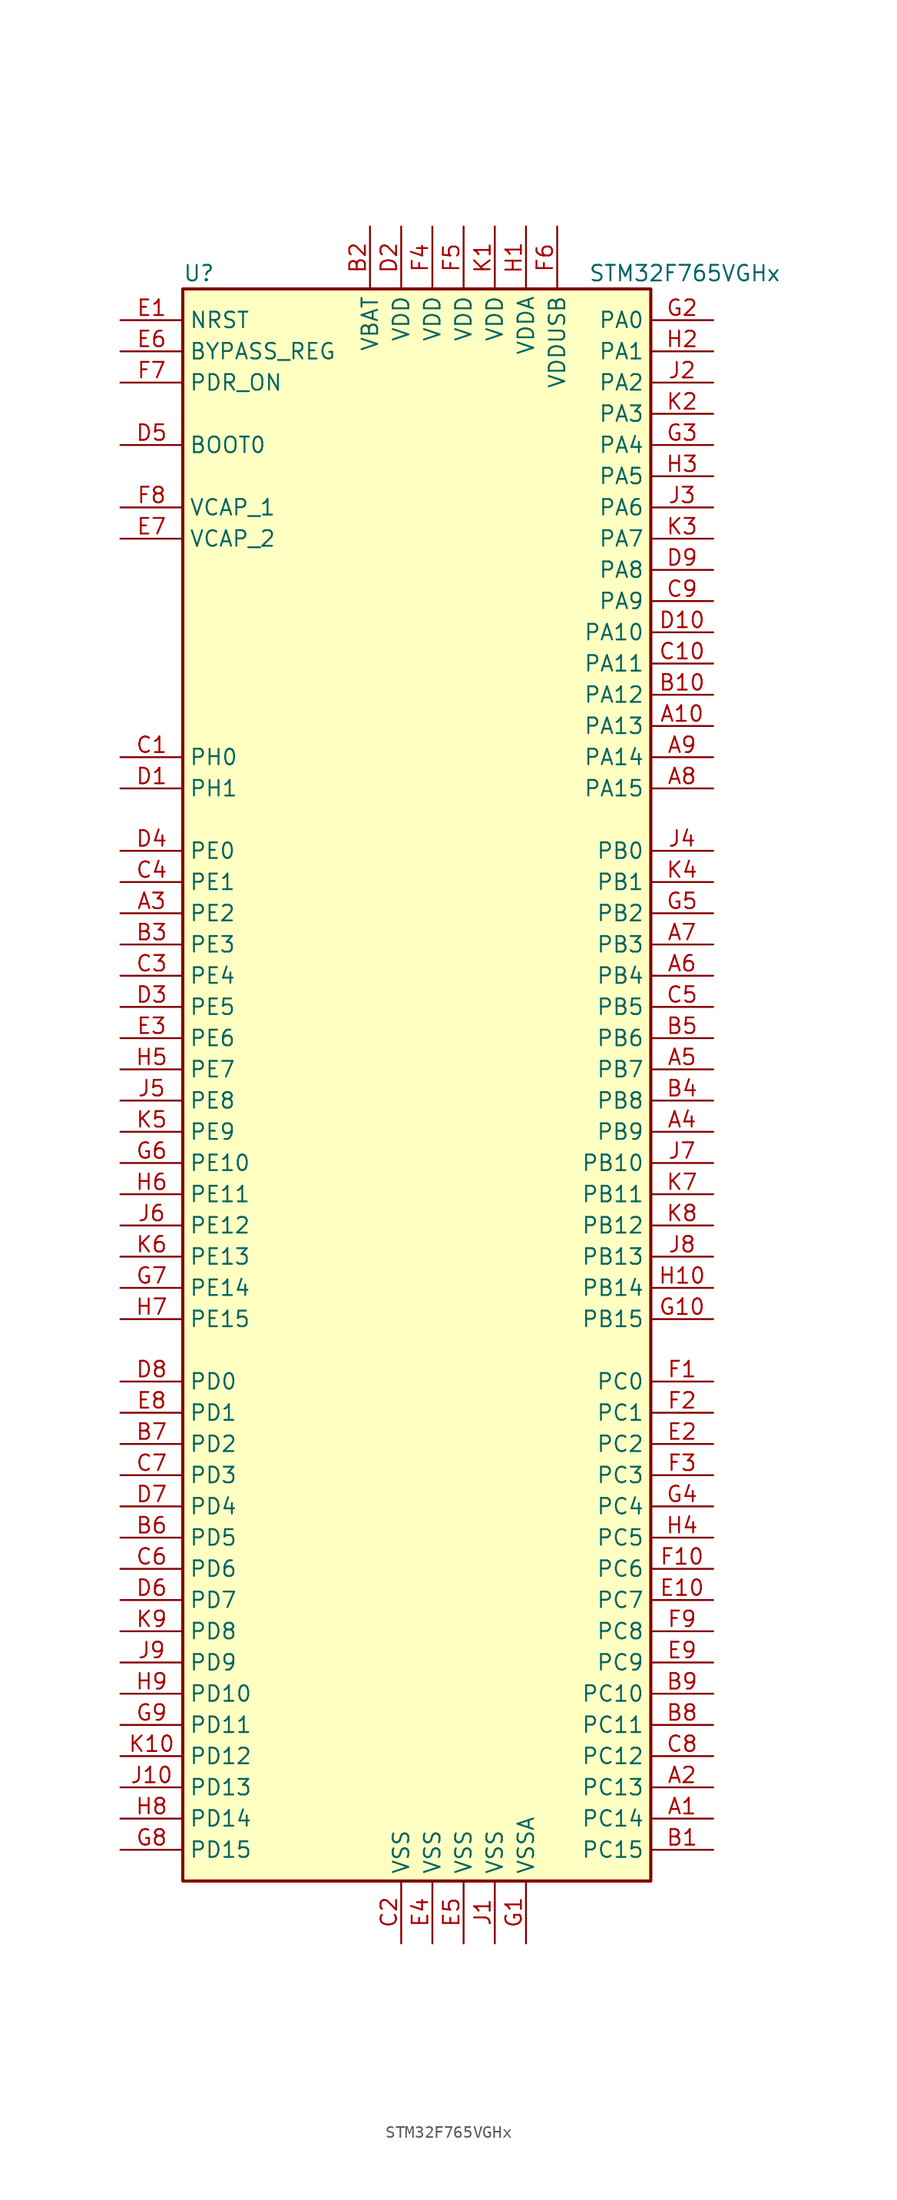
<source format=kicad_sym>
(kicad_symbol_lib
  (version 20220914)
  (generator kicad_symbol_editor)
  (symbol "STM32F765VGHx"
    (property "Reference" "U"
      (at -20.32 64.77 0)
      (effects (font (size 1.27 1.27)) (justify left)))
    (property "Value" "STM32F765VGHx"
      (at 12.7 64.77 0)
      (effects (font (size 1.27 1.27)) (justify left)))
    (symbol "STM32F765VGHx_0_1"
      (rectangle (start -20.32 -66.04) (end 17.78 63.5) (stroke (width 0.254) (type default)) (fill (type background))))
    (symbol "STM32F765VGHx_1_1"
      (pin bidirectional line (at 22.86 -60.96 180) (length 5.08) (name "PC14" (effects (font (size 1.27 1.27)))) (number "A1" (effects (font (size 1.27 1.27)))))
      (pin bidirectional line (at 22.86 27.94 180) (length 5.08) (name "PA13" (effects (font (size 1.27 1.27)))) (number "A10" (effects (font (size 1.27 1.27)))))
      (pin bidirectional line (at 22.86 -58.42 180) (length 5.08) (name "PC13" (effects (font (size 1.27 1.27)))) (number "A2" (effects (font (size 1.27 1.27)))))
      (pin bidirectional line (at -25.4 12.7 0) (length 5.08) (name "PE2" (effects (font (size 1.27 1.27)))) (number "A3" (effects (font (size 1.27 1.27)))))
      (pin bidirectional line (at 22.86 -5.08 180) (length 5.08) (name "PB9" (effects (font (size 1.27 1.27)))) (number "A4" (effects (font (size 1.27 1.27)))))
      (pin bidirectional line (at 22.86 0 180) (length 5.08) (name "PB7" (effects (font (size 1.27 1.27)))) (number "A5" (effects (font (size 1.27 1.27)))))
      (pin bidirectional line (at 22.86 7.62 180) (length 5.08) (name "PB4" (effects (font (size 1.27 1.27)))) (number "A6" (effects (font (size 1.27 1.27)))))
      (pin bidirectional line (at 22.86 10.16 180) (length 5.08) (name "PB3" (effects (font (size 1.27 1.27)))) (number "A7" (effects (font (size 1.27 1.27)))))
      (pin bidirectional line (at 22.86 22.86 180) (length 5.08) (name "PA15" (effects (font (size 1.27 1.27)))) (number "A8" (effects (font (size 1.27 1.27)))))
      (pin bidirectional line (at 22.86 25.4 180) (length 5.08) (name "PA14" (effects (font (size 1.27 1.27)))) (number "A9" (effects (font (size 1.27 1.27)))))
      (pin bidirectional line (at 22.86 -63.5 180) (length 5.08) (name "PC15" (effects (font (size 1.27 1.27)))) (number "B1" (effects (font (size 1.27 1.27)))))
      (pin bidirectional line (at 22.86 30.48 180) (length 5.08) (name "PA12" (effects (font (size 1.27 1.27)))) (number "B10" (effects (font (size 1.27 1.27)))))
      (pin power_in line (at -5.08 68.58 270) (length 5.08) (name "VBAT" (effects (font (size 1.27 1.27)))) (number "B2" (effects (font (size 1.27 1.27)))))
      (pin bidirectional line (at -25.4 10.16 0) (length 5.08) (name "PE3" (effects (font (size 1.27 1.27)))) (number "B3" (effects (font (size 1.27 1.27)))))
      (pin bidirectional line (at 22.86 -2.54 180) (length 5.08) (name "PB8" (effects (font (size 1.27 1.27)))) (number "B4" (effects (font (size 1.27 1.27)))))
      (pin bidirectional line (at 22.86 2.54 180) (length 5.08) (name "PB6" (effects (font (size 1.27 1.27)))) (number "B5" (effects (font (size 1.27 1.27)))))
      (pin bidirectional line (at -25.4 -38.1 0) (length 5.08) (name "PD5" (effects (font (size 1.27 1.27)))) (number "B6" (effects (font (size 1.27 1.27)))))
      (pin bidirectional line (at -25.4 -30.48 0) (length 5.08) (name "PD2" (effects (font (size 1.27 1.27)))) (number "B7" (effects (font (size 1.27 1.27)))))
      (pin bidirectional line (at 22.86 -53.34 180) (length 5.08) (name "PC11" (effects (font (size 1.27 1.27)))) (number "B8" (effects (font (size 1.27 1.27)))))
      (pin bidirectional line (at 22.86 -50.8 180) (length 5.08) (name "PC10" (effects (font (size 1.27 1.27)))) (number "B9" (effects (font (size 1.27 1.27)))))
      (pin input line (at -25.4 25.4 0) (length 5.08) (name "PH0" (effects (font (size 1.27 1.27)))) (number "C1" (effects (font (size 1.27 1.27)))))
      (pin bidirectional line (at 22.86 33.02 180) (length 5.08) (name "PA11" (effects (font (size 1.27 1.27)))) (number "C10" (effects (font (size 1.27 1.27)))))
      (pin power_in line (at -2.54 -71.12 90) (length 5.08) (name "VSS" (effects (font (size 1.27 1.27)))) (number "C2" (effects (font (size 1.27 1.27)))))
      (pin bidirectional line (at -25.4 7.62 0) (length 5.08) (name "PE4" (effects (font (size 1.27 1.27)))) (number "C3" (effects (font (size 1.27 1.27)))))
      (pin bidirectional line (at -25.4 15.24 0) (length 5.08) (name "PE1" (effects (font (size 1.27 1.27)))) (number "C4" (effects (font (size 1.27 1.27)))))
      (pin bidirectional line (at 22.86 5.08 180) (length 5.08) (name "PB5" (effects (font (size 1.27 1.27)))) (number "C5" (effects (font (size 1.27 1.27)))))
      (pin bidirectional line (at -25.4 -40.64 0) (length 5.08) (name "PD6" (effects (font (size 1.27 1.27)))) (number "C6" (effects (font (size 1.27 1.27)))))
      (pin bidirectional line (at -25.4 -33.02 0) (length 5.08) (name "PD3" (effects (font (size 1.27 1.27)))) (number "C7" (effects (font (size 1.27 1.27)))))
      (pin bidirectional line (at 22.86 -55.88 180) (length 5.08) (name "PC12" (effects (font (size 1.27 1.27)))) (number "C8" (effects (font (size 1.27 1.27)))))
      (pin bidirectional line (at 22.86 38.1 180) (length 5.08) (name "PA9" (effects (font (size 1.27 1.27)))) (number "C9" (effects (font (size 1.27 1.27)))))
      (pin input line (at -25.4 22.86 0) (length 5.08) (name "PH1" (effects (font (size 1.27 1.27)))) (number "D1" (effects (font (size 1.27 1.27)))))
      (pin bidirectional line (at 22.86 35.56 180) (length 5.08) (name "PA10" (effects (font (size 1.27 1.27)))) (number "D10" (effects (font (size 1.27 1.27)))))
      (pin power_in line (at -2.54 68.58 270) (length 5.08) (name "VDD" (effects (font (size 1.27 1.27)))) (number "D2" (effects (font (size 1.27 1.27)))))
      (pin bidirectional line (at -25.4 5.08 0) (length 5.08) (name "PE5" (effects (font (size 1.27 1.27)))) (number "D3" (effects (font (size 1.27 1.27)))))
      (pin bidirectional line (at -25.4 17.78 0) (length 5.08) (name "PE0" (effects (font (size 1.27 1.27)))) (number "D4" (effects (font (size 1.27 1.27)))))
      (pin input line (at -25.4 50.8 0) (length 5.08) (name "BOOT0" (effects (font (size 1.27 1.27)))) (number "D5" (effects (font (size 1.27 1.27)))))
      (pin bidirectional line (at -25.4 -43.18 0) (length 5.08) (name "PD7" (effects (font (size 1.27 1.27)))) (number "D6" (effects (font (size 1.27 1.27)))))
      (pin bidirectional line (at -25.4 -35.56 0) (length 5.08) (name "PD4" (effects (font (size 1.27 1.27)))) (number "D7" (effects (font (size 1.27 1.27)))))
      (pin bidirectional line (at -25.4 -25.4 0) (length 5.08) (name "PD0" (effects (font (size 1.27 1.27)))) (number "D8" (effects (font (size 1.27 1.27)))))
      (pin bidirectional line (at 22.86 40.64 180) (length 5.08) (name "PA8" (effects (font (size 1.27 1.27)))) (number "D9" (effects (font (size 1.27 1.27)))))
      (pin input line (at -25.4 60.96 0) (length 5.08) (name "NRST" (effects (font (size 1.27 1.27)))) (number "E1" (effects (font (size 1.27 1.27)))))
      (pin bidirectional line (at 22.86 -43.18 180) (length 5.08) (name "PC7" (effects (font (size 1.27 1.27)))) (number "E10" (effects (font (size 1.27 1.27)))))
      (pin bidirectional line (at 22.86 -30.48 180) (length 5.08) (name "PC2" (effects (font (size 1.27 1.27)))) (number "E2" (effects (font (size 1.27 1.27)))))
      (pin bidirectional line (at -25.4 2.54 0) (length 5.08) (name "PE6" (effects (font (size 1.27 1.27)))) (number "E3" (effects (font (size 1.27 1.27)))))
      (pin power_in line (at 0 -71.12 90) (length 5.08) (name "VSS" (effects (font (size 1.27 1.27)))) (number "E4" (effects (font (size 1.27 1.27)))))
      (pin power_in line (at 2.54 -71.12 90) (length 5.08) (name "VSS" (effects (font (size 1.27 1.27)))) (number "E5" (effects (font (size 1.27 1.27)))))
      (pin input line (at -25.4 58.42 0) (length 5.08) (name "BYPASS_REG" (effects (font (size 1.27 1.27)))) (number "E6" (effects (font (size 1.27 1.27)))))
      (pin power_in line (at -25.4 43.18 0) (length 5.08) (name "VCAP_2" (effects (font (size 1.27 1.27)))) (number "E7" (effects (font (size 1.27 1.27)))))
      (pin bidirectional line (at -25.4 -27.94 0) (length 5.08) (name "PD1" (effects (font (size 1.27 1.27)))) (number "E8" (effects (font (size 1.27 1.27)))))
      (pin bidirectional line (at 22.86 -48.26 180) (length 5.08) (name "PC9" (effects (font (size 1.27 1.27)))) (number "E9" (effects (font (size 1.27 1.27)))))
      (pin bidirectional line (at 22.86 -25.4 180) (length 5.08) (name "PC0" (effects (font (size 1.27 1.27)))) (number "F1" (effects (font (size 1.27 1.27)))))
      (pin bidirectional line (at 22.86 -40.64 180) (length 5.08) (name "PC6" (effects (font (size 1.27 1.27)))) (number "F10" (effects (font (size 1.27 1.27)))))
      (pin bidirectional line (at 22.86 -27.94 180) (length 5.08) (name "PC1" (effects (font (size 1.27 1.27)))) (number "F2" (effects (font (size 1.27 1.27)))))
      (pin bidirectional line (at 22.86 -33.02 180) (length 5.08) (name "PC3" (effects (font (size 1.27 1.27)))) (number "F3" (effects (font (size 1.27 1.27)))))
      (pin power_in line (at 0 68.58 270) (length 5.08) (name "VDD" (effects (font (size 1.27 1.27)))) (number "F4" (effects (font (size 1.27 1.27)))))
      (pin power_in line (at 2.54 68.58 270) (length 5.08) (name "VDD" (effects (font (size 1.27 1.27)))) (number "F5" (effects (font (size 1.27 1.27)))))
      (pin power_in line (at 10.16 68.58 270) (length 5.08) (name "VDDUSB" (effects (font (size 1.27 1.27)))) (number "F6" (effects (font (size 1.27 1.27)))))
      (pin input line (at -25.4 55.88 0) (length 5.08) (name "PDR_ON" (effects (font (size 1.27 1.27)))) (number "F7" (effects (font (size 1.27 1.27)))))
      (pin power_in line (at -25.4 45.72 0) (length 5.08) (name "VCAP_1" (effects (font (size 1.27 1.27)))) (number "F8" (effects (font (size 1.27 1.27)))))
      (pin bidirectional line (at 22.86 -45.72 180) (length 5.08) (name "PC8" (effects (font (size 1.27 1.27)))) (number "F9" (effects (font (size 1.27 1.27)))))
      (pin power_in line (at 7.62 -71.12 90) (length 5.08) (name "VSSA" (effects (font (size 1.27 1.27)))) (number "G1" (effects (font (size 1.27 1.27)))))
      (pin bidirectional line (at 22.86 -20.32 180) (length 5.08) (name "PB15" (effects (font (size 1.27 1.27)))) (number "G10" (effects (font (size 1.27 1.27)))))
      (pin bidirectional line (at 22.86 60.96 180) (length 5.08) (name "PA0" (effects (font (size 1.27 1.27)))) (number "G2" (effects (font (size 1.27 1.27)))))
      (pin bidirectional line (at 22.86 50.8 180) (length 5.08) (name "PA4" (effects (font (size 1.27 1.27)))) (number "G3" (effects (font (size 1.27 1.27)))))
      (pin bidirectional line (at 22.86 -35.56 180) (length 5.08) (name "PC4" (effects (font (size 1.27 1.27)))) (number "G4" (effects (font (size 1.27 1.27)))))
      (pin bidirectional line (at 22.86 12.7 180) (length 5.08) (name "PB2" (effects (font (size 1.27 1.27)))) (number "G5" (effects (font (size 1.27 1.27)))))
      (pin bidirectional line (at -25.4 -7.62 0) (length 5.08) (name "PE10" (effects (font (size 1.27 1.27)))) (number "G6" (effects (font (size 1.27 1.27)))))
      (pin bidirectional line (at -25.4 -17.78 0) (length 5.08) (name "PE14" (effects (font (size 1.27 1.27)))) (number "G7" (effects (font (size 1.27 1.27)))))
      (pin bidirectional line (at -25.4 -63.5 0) (length 5.08) (name "PD15" (effects (font (size 1.27 1.27)))) (number "G8" (effects (font (size 1.27 1.27)))))
      (pin bidirectional line (at -25.4 -53.34 0) (length 5.08) (name "PD11" (effects (font (size 1.27 1.27)))) (number "G9" (effects (font (size 1.27 1.27)))))
      (pin power_in line (at 7.62 68.58 270) (length 5.08) (name "VDDA" (effects (font (size 1.27 1.27)))) (number "H1" (effects (font (size 1.27 1.27)))))
      (pin bidirectional line (at 22.86 -17.78 180) (length 5.08) (name "PB14" (effects (font (size 1.27 1.27)))) (number "H10" (effects (font (size 1.27 1.27)))))
      (pin bidirectional line (at 22.86 58.42 180) (length 5.08) (name "PA1" (effects (font (size 1.27 1.27)))) (number "H2" (effects (font (size 1.27 1.27)))))
      (pin bidirectional line (at 22.86 48.26 180) (length 5.08) (name "PA5" (effects (font (size 1.27 1.27)))) (number "H3" (effects (font (size 1.27 1.27)))))
      (pin bidirectional line (at 22.86 -38.1 180) (length 5.08) (name "PC5" (effects (font (size 1.27 1.27)))) (number "H4" (effects (font (size 1.27 1.27)))))
      (pin bidirectional line (at -25.4 0 0) (length 5.08) (name "PE7" (effects (font (size 1.27 1.27)))) (number "H5" (effects (font (size 1.27 1.27)))))
      (pin bidirectional line (at -25.4 -10.16 0) (length 5.08) (name "PE11" (effects (font (size 1.27 1.27)))) (number "H6" (effects (font (size 1.27 1.27)))))
      (pin bidirectional line (at -25.4 -20.32 0) (length 5.08) (name "PE15" (effects (font (size 1.27 1.27)))) (number "H7" (effects (font (size 1.27 1.27)))))
      (pin bidirectional line (at -25.4 -60.96 0) (length 5.08) (name "PD14" (effects (font (size 1.27 1.27)))) (number "H8" (effects (font (size 1.27 1.27)))))
      (pin bidirectional line (at -25.4 -50.8 0) (length 5.08) (name "PD10" (effects (font (size 1.27 1.27)))) (number "H9" (effects (font (size 1.27 1.27)))))
      (pin power_in line (at 5.08 -71.12 90) (length 5.08) (name "VSS" (effects (font (size 1.27 1.27)))) (number "J1" (effects (font (size 1.27 1.27)))))
      (pin bidirectional line (at -25.4 -58.42 0) (length 5.08) (name "PD13" (effects (font (size 1.27 1.27)))) (number "J10" (effects (font (size 1.27 1.27)))))
      (pin bidirectional line (at 22.86 55.88 180) (length 5.08) (name "PA2" (effects (font (size 1.27 1.27)))) (number "J2" (effects (font (size 1.27 1.27)))))
      (pin bidirectional line (at 22.86 45.72 180) (length 5.08) (name "PA6" (effects (font (size 1.27 1.27)))) (number "J3" (effects (font (size 1.27 1.27)))))
      (pin bidirectional line (at 22.86 17.78 180) (length 5.08) (name "PB0" (effects (font (size 1.27 1.27)))) (number "J4" (effects (font (size 1.27 1.27)))))
      (pin bidirectional line (at -25.4 -2.54 0) (length 5.08) (name "PE8" (effects (font (size 1.27 1.27)))) (number "J5" (effects (font (size 1.27 1.27)))))
      (pin bidirectional line (at -25.4 -12.7 0) (length 5.08) (name "PE12" (effects (font (size 1.27 1.27)))) (number "J6" (effects (font (size 1.27 1.27)))))
      (pin bidirectional line (at 22.86 -7.62 180) (length 5.08) (name "PB10" (effects (font (size 1.27 1.27)))) (number "J7" (effects (font (size 1.27 1.27)))))
      (pin bidirectional line (at 22.86 -15.24 180) (length 5.08) (name "PB13" (effects (font (size 1.27 1.27)))) (number "J8" (effects (font (size 1.27 1.27)))))
      (pin bidirectional line (at -25.4 -48.26 0) (length 5.08) (name "PD9" (effects (font (size 1.27 1.27)))) (number "J9" (effects (font (size 1.27 1.27)))))
      (pin power_in line (at 5.08 68.58 270) (length 5.08) (name "VDD" (effects (font (size 1.27 1.27)))) (number "K1" (effects (font (size 1.27 1.27)))))
      (pin bidirectional line (at -25.4 -55.88 0) (length 5.08) (name "PD12" (effects (font (size 1.27 1.27)))) (number "K10" (effects (font (size 1.27 1.27)))))
      (pin bidirectional line (at 22.86 53.34 180) (length 5.08) (name "PA3" (effects (font (size 1.27 1.27)))) (number "K2" (effects (font (size 1.27 1.27)))))
      (pin bidirectional line (at 22.86 43.18 180) (length 5.08) (name "PA7" (effects (font (size 1.27 1.27)))) (number "K3" (effects (font (size 1.27 1.27)))))
      (pin bidirectional line (at 22.86 15.24 180) (length 5.08) (name "PB1" (effects (font (size 1.27 1.27)))) (number "K4" (effects (font (size 1.27 1.27)))))
      (pin bidirectional line (at -25.4 -5.08 0) (length 5.08) (name "PE9" (effects (font (size 1.27 1.27)))) (number "K5" (effects (font (size 1.27 1.27)))))
      (pin bidirectional line (at -25.4 -15.24 0) (length 5.08) (name "PE13" (effects (font (size 1.27 1.27)))) (number "K6" (effects (font (size 1.27 1.27)))))
      (pin bidirectional line (at 22.86 -10.16 180) (length 5.08) (name "PB11" (effects (font (size 1.27 1.27)))) (number "K7" (effects (font (size 1.27 1.27)))))
      (pin bidirectional line (at 22.86 -12.7 180) (length 5.08) (name "PB12" (effects (font (size 1.27 1.27)))) (number "K8" (effects (font (size 1.27 1.27)))))
      (pin bidirectional line (at -25.4 -45.72 0) (length 5.08) (name "PD8" (effects (font (size 1.27 1.27)))) (number "K9" (effects (font (size 1.27 1.27))))))))
</source>
